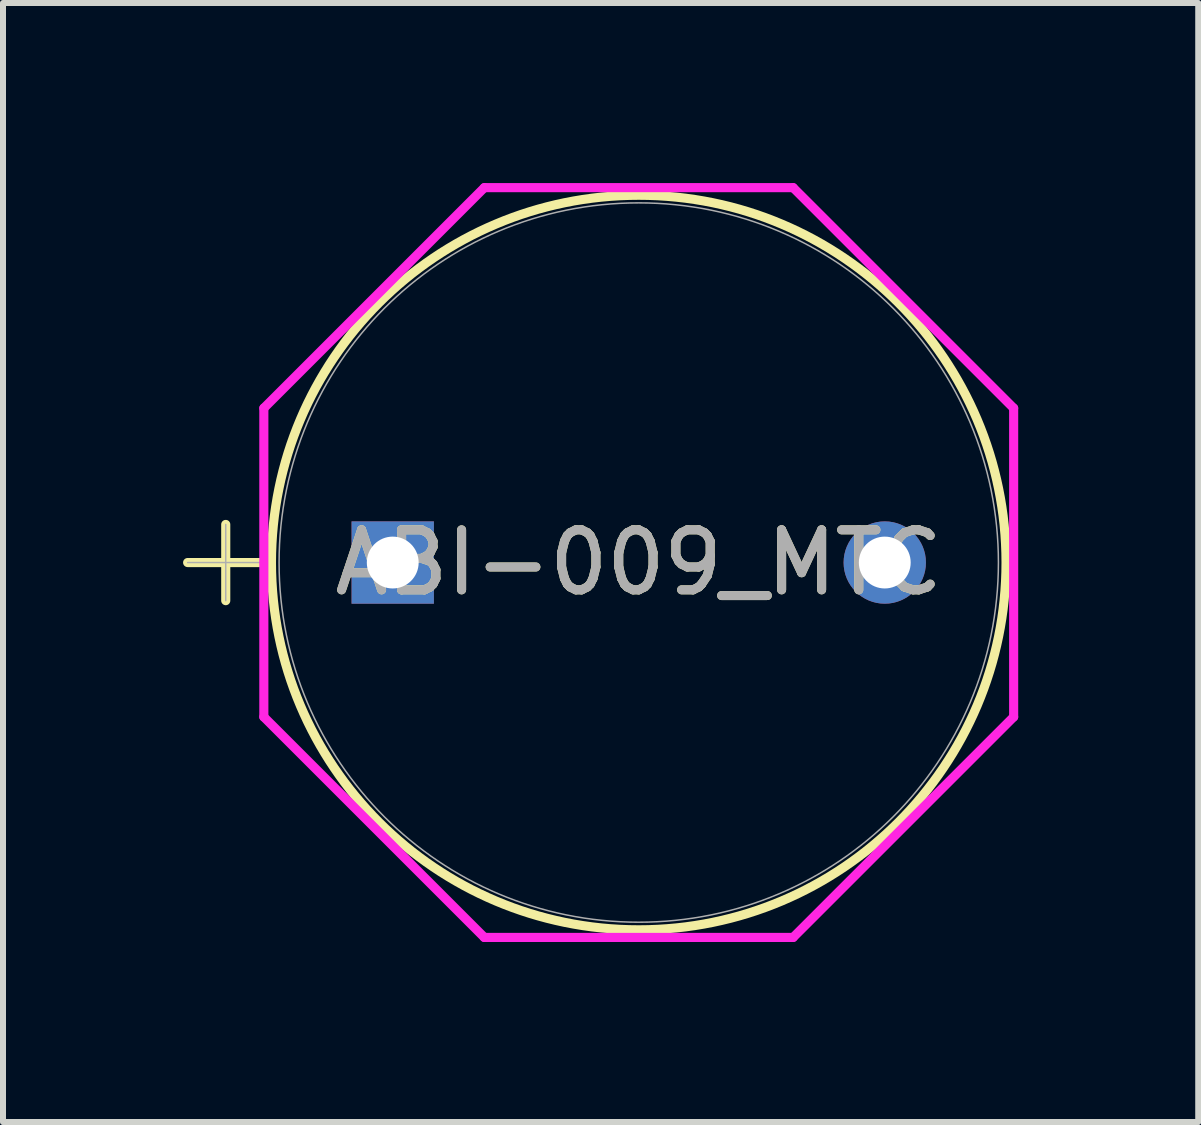
<source format=kicad_pcb>
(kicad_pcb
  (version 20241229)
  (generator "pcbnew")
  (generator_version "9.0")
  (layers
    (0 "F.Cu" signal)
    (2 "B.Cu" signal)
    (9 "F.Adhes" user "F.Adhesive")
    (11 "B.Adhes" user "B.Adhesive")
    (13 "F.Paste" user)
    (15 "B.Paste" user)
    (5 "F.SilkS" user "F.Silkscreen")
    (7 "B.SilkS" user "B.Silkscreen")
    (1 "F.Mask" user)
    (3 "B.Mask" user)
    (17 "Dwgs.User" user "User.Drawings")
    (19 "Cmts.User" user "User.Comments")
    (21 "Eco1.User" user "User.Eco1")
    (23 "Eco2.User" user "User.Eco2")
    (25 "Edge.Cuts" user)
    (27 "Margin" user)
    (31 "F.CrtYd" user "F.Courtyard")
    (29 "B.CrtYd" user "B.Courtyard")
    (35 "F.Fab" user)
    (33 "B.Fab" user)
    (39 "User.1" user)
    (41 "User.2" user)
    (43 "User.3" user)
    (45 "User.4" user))
  (footprint "ABI-009_MTC"
    (layer "F.Cu")
    (at 3.495 6.325)
    (property "Reference" "ABI-009_MTC" (at 4.1 0 0) (unlocked yes) (layer "F.SilkS") (effects (font (size 1 1) (thickness 0.15))))
    (attr through_hole)
    (fp_line (start -3.418 0) (end -2.148 0) (stroke (width 0.152) (type solid)) (layer "F.SilkS"))
    (fp_line (start -2.783 -0.635) (end -2.783 0.635) (stroke (width 0.152) (type solid)) (layer "F.SilkS"))
    (fp_circle (center 4.1 0) (end 10.221 0) (stroke (width 0.152) (type solid)) (fill no) (layer "F.SilkS"))
    (fp_line (start -2.148 -2.573) (end 1.527 -6.248) (stroke (width 0.152) (type solid)) (layer "F.CrtYd"))
    (fp_line (start -2.148 2.573) (end -2.148 -2.573) (stroke (width 0.152) (type solid)) (layer "F.CrtYd"))
    (fp_line (start 1.527 -6.248) (end 6.673 -6.248) (stroke (width 0.152) (type solid)) (layer "F.CrtYd"))
    (fp_line (start 1.527 6.248) (end -2.148 2.573) (stroke (width 0.152) (type solid)) (layer "F.CrtYd"))
    (fp_line (start 6.673 -6.248) (end 10.348 -2.573) (stroke (width 0.152) (type solid)) (layer "F.CrtYd"))
    (fp_line (start 6.673 6.248) (end 1.527 6.248) (stroke (width 0.152) (type solid)) (layer "F.CrtYd"))
    (fp_line (start 10.348 -2.573) (end 10.348 2.573) (stroke (width 0.152) (type solid)) (layer "F.CrtYd"))
    (fp_line (start 10.348 2.573) (end 6.673 6.248) (stroke (width 0.152) (type solid)) (layer "F.CrtYd"))
    (fp_line (start -3.418 0) (end -2.148 0) (stroke (width 0.025) (type solid)) (layer "F.Fab"))
    (fp_line (start -2.783 -0.635) (end -2.783 0.635) (stroke (width 0.025) (type solid)) (layer "F.Fab"))
    (fp_circle (center 4.1 0) (end 10.094 0) (stroke (width 0.025) (type solid)) (fill no) (layer "F.Fab"))
    (fp_text user "${REFERENCE}" (at 4.1 0 0) (unlocked yes) (layer "F.Fab") (effects (font (size 1 1) (thickness 0.15))))
    (pad "1" thru_hole rect (at -0.000001 0) (size 1.372 1.372) (drill 0.864) (layers "*.Cu" "*.Mask"))
    (pad "2" thru_hole circle (at 8.2 0) (size 1.372 1.372) (drill 0.864) (layers "*.Cu" "*.Mask")))
  (gr_rect
    (start -3 -3)
    (end 16.919 15.649)
    (stroke (width 0.1) (type default))
    (fill no)
    (layer "Edge.Cuts")))
</source>
